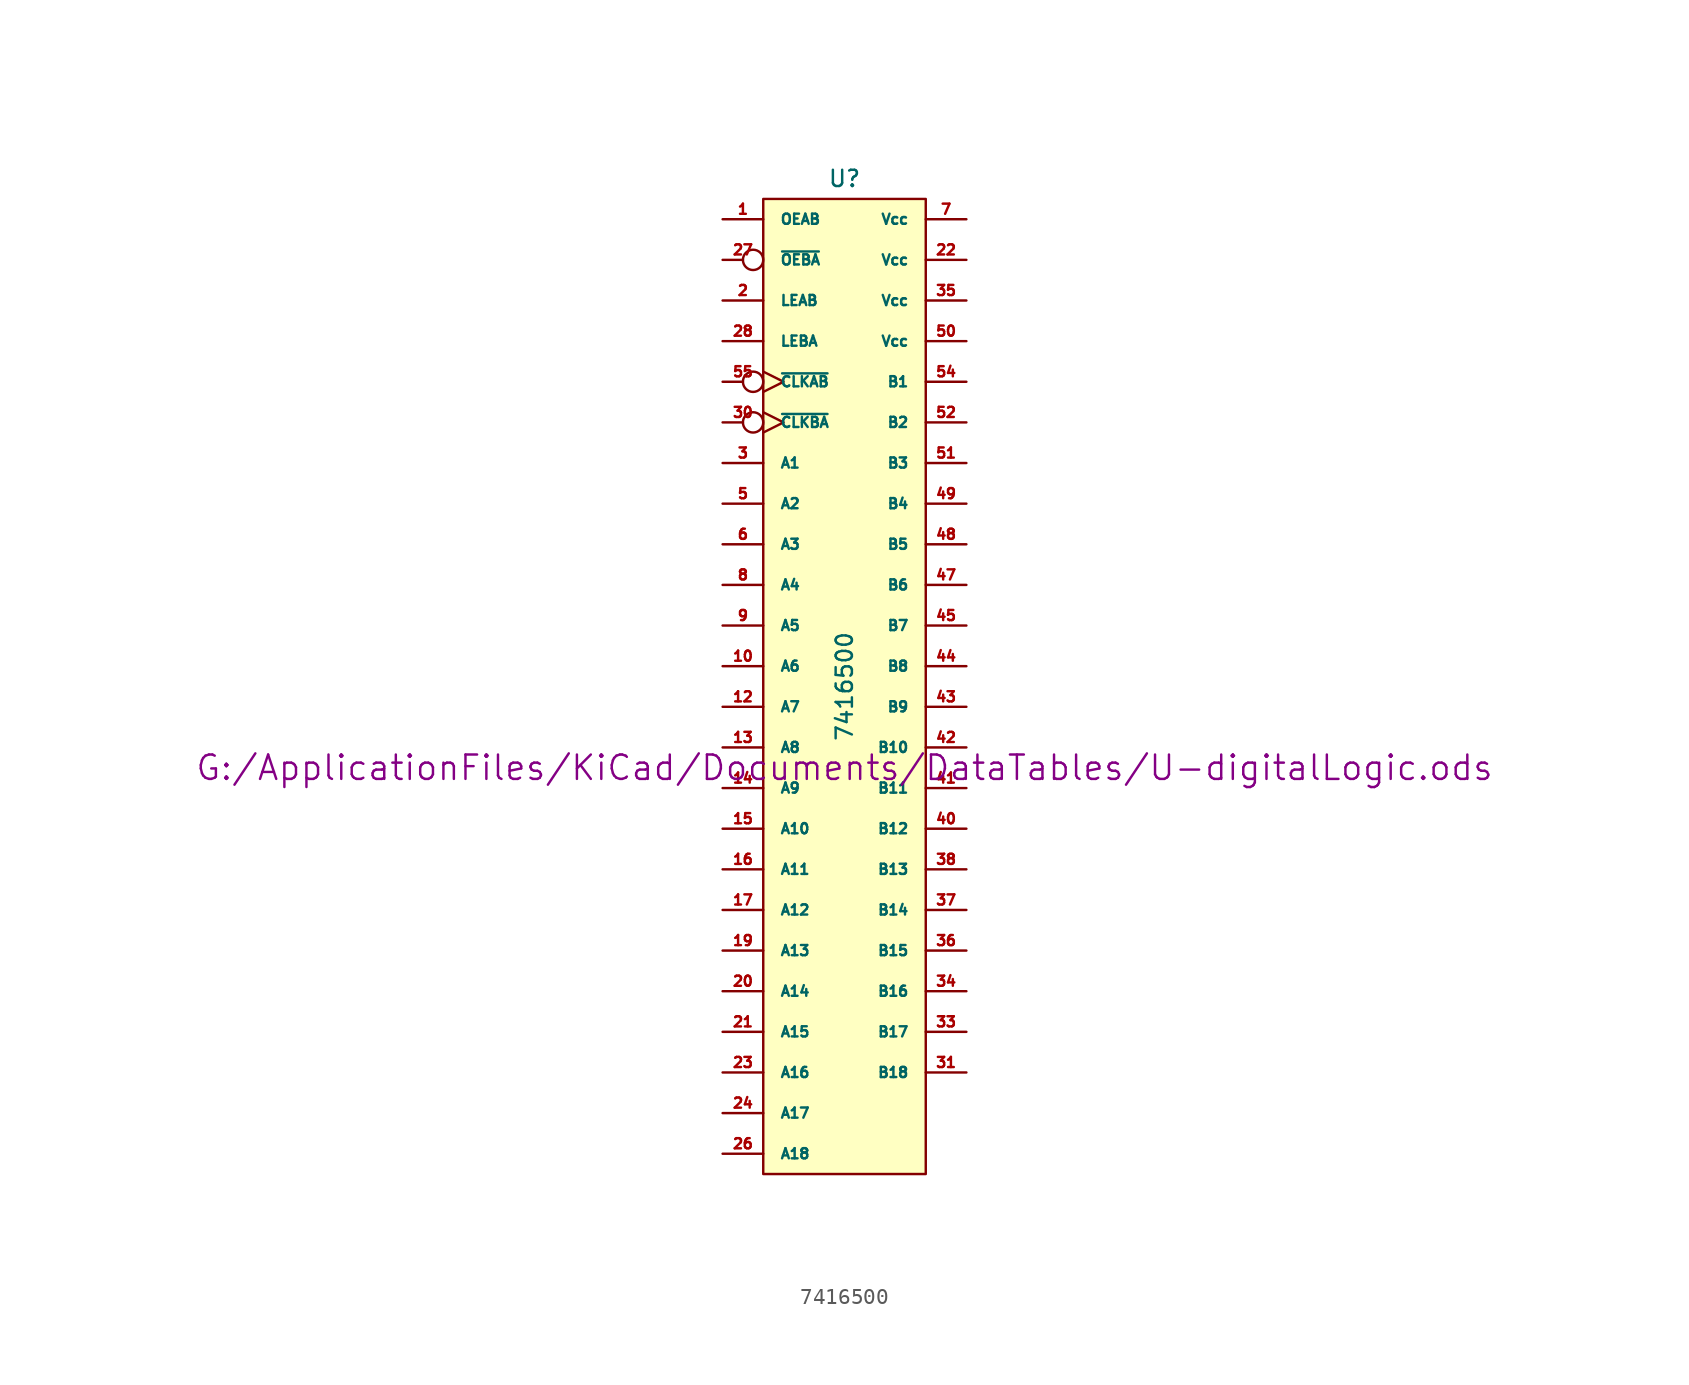
<source format=kicad_sym>
(kicad_symbol_lib
  (version 20211014)
  (generator kicad_symbol_editor)
  (symbol "7416500"
    (pin_names
      (offset 1.016))
    (property "Reference" "U"
      (at 0 31.75 0)
      (effects (font (size 1.016 1.016))))
    (property "Value" "7416500"
      (at 0 0 90)
      (effects (font (size 1.016 1.016))))
    (property "Footprint" ""
      (at 0 -5.08 0)
      (effects (font (size 1.524 1.524))))
    (property "Datasheet" "G:/ApplicationFiles/KiCad/Documents/DataTables/U-digitalLogic.ods"
      (at 0 -5.08 0)
      (effects (font (size 1.524 1.524))))
    (symbol "7416500_0_1"
      (rectangle (start -5.08 30.48) (end 5.08 -30.48) (stroke (width 0) (type default) (color 0 0 0 0)) (fill (type background))))
    (symbol "7416500_1_0"
      (pin power_in line (at -3.81 -30.48 270) (length 0) hide (name "DGND" (effects (font (size 0.762 0.762)))) (number "11" (effects (font (size 0.762 0.762)))))
      (pin power_in line (at -2.54 -30.48 270) (length 0) hide (name "DGND" (effects (font (size 0.762 0.762)))) (number "18" (effects (font (size 0.762 0.762)))))
      (pin power_in line (at -1.27 -30.48 270) (length 0) hide (name "DGND" (effects (font (size 0.762 0.762)))) (number "25" (effects (font (size 0.762 0.762)))))
      (pin power_in line (at 0 -30.48 270) (length 0) hide (name "DGND" (effects (font (size 0.762 0.762)))) (number "29" (effects (font (size 0.762 0.762)))))
      (pin power_in line (at 1.27 -30.48 270) (length 0) hide (name "DGND" (effects (font (size 0.762 0.762)))) (number "32" (effects (font (size 0.762 0.762)))))
      (pin power_in line (at 2.54 -30.48 270) (length 0) hide (name "DGND" (effects (font (size 0.762 0.762)))) (number "39" (effects (font (size 0.762 0.762)))))
      (pin power_in line (at -5.08 -30.48 270) (length 0) hide (name "DGND" (effects (font (size 0.762 0.762)))) (number "4" (effects (font (size 0.762 0.762)))))
      (pin power_in line (at 3.81 -30.48 270) (length 0) hide (name "DGND" (effects (font (size 0.762 0.762)))) (number "46" (effects (font (size 0.762 0.762)))))
      (pin power_in line (at 5.08 -30.48 270) (length 0) hide (name "DGND" (effects (font (size 0.762 0.762)))) (number "53" (effects (font (size 0.762 0.762)))))
      (pin power_in line (at 5.08 -29.21 180) (length 0) hide (name "DGND" (effects (font (size 0.762 0.762)))) (number "56" (effects (font (size 0.762 0.762))))))
    (symbol "7416500_1_1"
      (pin input line (at -7.62 29.21 0) (length 2.54) (name "OEAB" (effects (font (size 0.635 0.635)))) (number "1" (effects (font (size 0.635 0.635)))))
      (pin bidirectional line (at -7.62 1.27 0) (length 2.54) (name "A6" (effects (font (size 0.635 0.635)))) (number "10" (effects (font (size 0.635 0.635)))))
      (pin bidirectional line (at -7.62 -1.27 0) (length 2.54) (name "A7" (effects (font (size 0.635 0.635)))) (number "12" (effects (font (size 0.635 0.635)))))
      (pin bidirectional line (at -7.62 -3.81 0) (length 2.54) (name "A8" (effects (font (size 0.635 0.635)))) (number "13" (effects (font (size 0.635 0.635)))))
      (pin bidirectional line (at -7.62 -6.35 0) (length 2.54) (name "A9" (effects (font (size 0.635 0.635)))) (number "14" (effects (font (size 0.635 0.635)))))
      (pin bidirectional line (at -7.62 -8.89 0) (length 2.54) (name "A10" (effects (font (size 0.635 0.635)))) (number "15" (effects (font (size 0.635 0.635)))))
      (pin bidirectional line (at -7.62 -11.43 0) (length 2.54) (name "A11" (effects (font (size 0.635 0.635)))) (number "16" (effects (font (size 0.635 0.635)))))
      (pin bidirectional line (at -7.62 -13.97 0) (length 2.54) (name "A12" (effects (font (size 0.635 0.635)))) (number "17" (effects (font (size 0.635 0.635)))))
      (pin bidirectional line (at -7.62 -16.51 0) (length 2.54) (name "A13" (effects (font (size 0.635 0.635)))) (number "19" (effects (font (size 0.635 0.635)))))
      (pin input line (at -7.62 24.13 0) (length 2.54) (name "LEAB" (effects (font (size 0.635 0.635)))) (number "2" (effects (font (size 0.635 0.635)))))
      (pin bidirectional line (at -7.62 -19.05 0) (length 2.54) (name "A14" (effects (font (size 0.635 0.635)))) (number "20" (effects (font (size 0.635 0.635)))))
      (pin bidirectional line (at -7.62 -21.59 0) (length 2.54) (name "A15" (effects (font (size 0.635 0.635)))) (number "21" (effects (font (size 0.635 0.635)))))
      (pin power_in line (at 7.62 26.67 180) (length 2.54) (name "Vcc" (effects (font (size 0.635 0.635)))) (number "22" (effects (font (size 0.635 0.635)))))
      (pin bidirectional line (at -7.62 -24.13 0) (length 2.54) (name "A16" (effects (font (size 0.635 0.635)))) (number "23" (effects (font (size 0.635 0.635)))))
      (pin bidirectional line (at -7.62 -26.67 0) (length 2.54) (name "A17" (effects (font (size 0.635 0.635)))) (number "24" (effects (font (size 0.635 0.635)))))
      (pin bidirectional line (at -7.62 -29.21 0) (length 2.54) (name "A18" (effects (font (size 0.635 0.635)))) (number "26" (effects (font (size 0.635 0.635)))))
      (pin input inverted (at -7.62 26.67 0) (length 2.54) (name "~{OEBA}" (effects (font (size 0.635 0.635)))) (number "27" (effects (font (size 0.635 0.635)))))
      (pin input line (at -7.62 21.59 0) (length 2.54) (name "LEBA" (effects (font (size 0.635 0.635)))) (number "28" (effects (font (size 0.635 0.635)))))
      (pin bidirectional line (at -7.62 13.97 0) (length 2.54) (name "A1" (effects (font (size 0.635 0.635)))) (number "3" (effects (font (size 0.635 0.635)))))
      (pin input inverted_clock (at -7.62 16.51 0) (length 2.54) (name "~{CLKBA}" (effects (font (size 0.635 0.635)))) (number "30" (effects (font (size 0.635 0.635)))))
      (pin bidirectional line (at 7.62 -24.13 180) (length 2.54) (name "B18" (effects (font (size 0.635 0.635)))) (number "31" (effects (font (size 0.635 0.635)))))
      (pin bidirectional line (at 7.62 -21.59 180) (length 2.54) (name "B17" (effects (font (size 0.635 0.635)))) (number "33" (effects (font (size 0.635 0.635)))))
      (pin bidirectional line (at 7.62 -19.05 180) (length 2.54) (name "B16" (effects (font (size 0.635 0.635)))) (number "34" (effects (font (size 0.635 0.635)))))
      (pin power_in line (at 7.62 24.13 180) (length 2.54) (name "Vcc" (effects (font (size 0.635 0.635)))) (number "35" (effects (font (size 0.635 0.635)))))
      (pin bidirectional line (at 7.62 -16.51 180) (length 2.54) (name "B15" (effects (font (size 0.635 0.635)))) (number "36" (effects (font (size 0.635 0.635)))))
      (pin bidirectional line (at 7.62 -13.97 180) (length 2.54) (name "B14" (effects (font (size 0.635 0.635)))) (number "37" (effects (font (size 0.635 0.635)))))
      (pin bidirectional line (at 7.62 -11.43 180) (length 2.54) (name "B13" (effects (font (size 0.635 0.635)))) (number "38" (effects (font (size 0.635 0.635)))))
      (pin bidirectional line (at 7.62 -8.89 180) (length 2.54) (name "B12" (effects (font (size 0.635 0.635)))) (number "40" (effects (font (size 0.635 0.635)))))
      (pin bidirectional line (at 7.62 -6.35 180) (length 2.54) (name "B11" (effects (font (size 0.635 0.635)))) (number "41" (effects (font (size 0.635 0.635)))))
      (pin bidirectional line (at 7.62 -3.81 180) (length 2.54) (name "B10" (effects (font (size 0.635 0.635)))) (number "42" (effects (font (size 0.635 0.635)))))
      (pin bidirectional line (at 7.62 -1.27 180) (length 2.54) (name "B9" (effects (font (size 0.635 0.635)))) (number "43" (effects (font (size 0.635 0.635)))))
      (pin bidirectional line (at 7.62 1.27 180) (length 2.54) (name "B8" (effects (font (size 0.635 0.635)))) (number "44" (effects (font (size 0.635 0.635)))))
      (pin bidirectional line (at 7.62 3.81 180) (length 2.54) (name "B7" (effects (font (size 0.635 0.635)))) (number "45" (effects (font (size 0.635 0.635)))))
      (pin bidirectional line (at 7.62 6.35 180) (length 2.54) (name "B6" (effects (font (size 0.635 0.635)))) (number "47" (effects (font (size 0.635 0.635)))))
      (pin bidirectional line (at 7.62 8.89 180) (length 2.54) (name "B5" (effects (font (size 0.635 0.635)))) (number "48" (effects (font (size 0.635 0.635)))))
      (pin bidirectional line (at 7.62 11.43 180) (length 2.54) (name "B4" (effects (font (size 0.635 0.635)))) (number "49" (effects (font (size 0.635 0.635)))))
      (pin bidirectional line (at -7.62 11.43 0) (length 2.54) (name "A2" (effects (font (size 0.635 0.635)))) (number "5" (effects (font (size 0.635 0.635)))))
      (pin power_in line (at 7.62 21.59 180) (length 2.54) (name "Vcc" (effects (font (size 0.635 0.635)))) (number "50" (effects (font (size 0.635 0.635)))))
      (pin bidirectional line (at 7.62 13.97 180) (length 2.54) (name "B3" (effects (font (size 0.635 0.635)))) (number "51" (effects (font (size 0.635 0.635)))))
      (pin bidirectional line (at 7.62 16.51 180) (length 2.54) (name "B2" (effects (font (size 0.635 0.635)))) (number "52" (effects (font (size 0.635 0.635)))))
      (pin bidirectional line (at 7.62 19.05 180) (length 2.54) (name "B1" (effects (font (size 0.635 0.635)))) (number "54" (effects (font (size 0.635 0.635)))))
      (pin input inverted_clock (at -7.62 19.05 0) (length 2.54) (name "~{CLKAB}" (effects (font (size 0.635 0.635)))) (number "55" (effects (font (size 0.635 0.635)))))
      (pin bidirectional line (at -7.62 8.89 0) (length 2.54) (name "A3" (effects (font (size 0.635 0.635)))) (number "6" (effects (font (size 0.635 0.635)))))
      (pin power_in line (at 7.62 29.21 180) (length 2.54) (name "Vcc" (effects (font (size 0.635 0.635)))) (number "7" (effects (font (size 0.635 0.635)))))
      (pin bidirectional line (at -7.62 6.35 0) (length 2.54) (name "A4" (effects (font (size 0.635 0.635)))) (number "8" (effects (font (size 0.635 0.635)))))
      (pin bidirectional line (at -7.62 3.81 0) (length 2.54) (name "A5" (effects (font (size 0.635 0.635)))) (number "9" (effects (font (size 0.635 0.635))))))))
</source>
